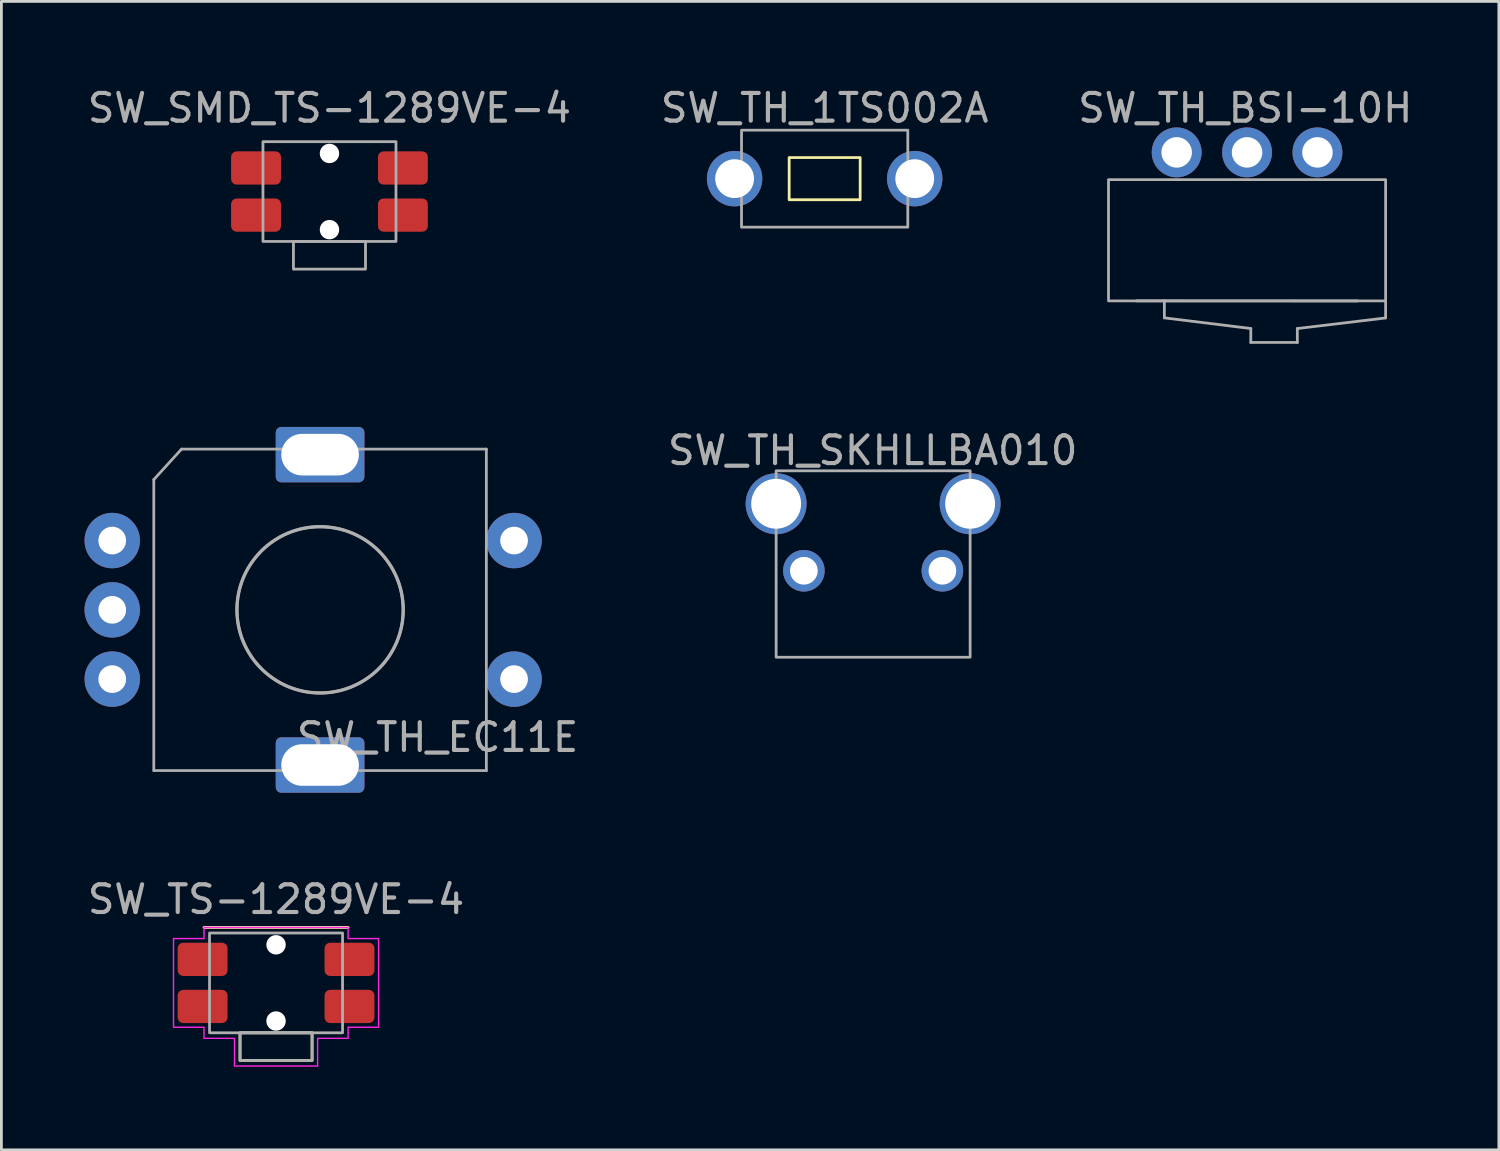
<source format=kicad_pcb>
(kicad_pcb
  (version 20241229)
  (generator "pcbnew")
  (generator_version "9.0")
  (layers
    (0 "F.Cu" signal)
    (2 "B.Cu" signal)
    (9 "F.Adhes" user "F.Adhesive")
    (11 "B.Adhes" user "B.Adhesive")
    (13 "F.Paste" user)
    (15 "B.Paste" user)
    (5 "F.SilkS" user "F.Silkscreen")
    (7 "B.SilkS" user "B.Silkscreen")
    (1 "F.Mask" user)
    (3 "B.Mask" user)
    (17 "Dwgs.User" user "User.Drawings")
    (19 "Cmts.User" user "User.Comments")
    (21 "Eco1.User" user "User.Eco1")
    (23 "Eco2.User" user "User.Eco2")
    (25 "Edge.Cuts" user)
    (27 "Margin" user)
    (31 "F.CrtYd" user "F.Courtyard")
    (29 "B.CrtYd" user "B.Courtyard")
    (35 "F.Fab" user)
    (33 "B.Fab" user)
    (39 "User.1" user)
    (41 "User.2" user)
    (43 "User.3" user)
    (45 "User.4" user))
  (footprint "SW_TH_EC11E"
    (layer "F.Cu")
    (at 8.5 18.956)
    (property "Reference" "SW_TH_EC11E" (at 4.24 4.6 0) (layer "F.Fab") (effects (font (size 1 1) (thickness 0.15))))
    (attr through_hole)
    (fp_line (start -6 -4.7) (end -5 -5.8) (stroke (width 0.1) (type solid)) (layer "F.Fab"))
    (fp_line (start -6 5.8) (end -6 -4.7) (stroke (width 0.1) (type solid)) (layer "F.Fab"))
    (fp_line (start -5 -5.8) (end 6 -5.8) (stroke (width 0.1) (type solid)) (layer "F.Fab"))
    (fp_line (start 6 -5.8) (end 6 5.8) (stroke (width 0.1) (type solid)) (layer "F.Fab"))
    (fp_line (start 6 5.8) (end -6 5.8) (stroke (width 0.1) (type solid)) (layer "F.Fab"))
    (fp_circle (center 0 0) (end 3 0) (stroke (width 0.1) (type solid)) (fill no) (layer "F.Fab"))
    (fp_circle (center 0 0) (end 3 0) (stroke (width 0.12) (type solid)) (fill no) (layer "F.Fab"))
    (pad "A" thru_hole circle (at -7.5 -2.5) (size 2 2) (drill 1) (layers "*.Cu" "*.Mask"))
    (pad "B" thru_hole circle (at -7.5 2.5) (size 2 2) (drill 1) (layers "*.Cu" "*.Mask"))
    (pad "C" thru_hole circle (at -7.5 0) (size 2 2) (drill 1) (layers "*.Cu" "*.Mask"))
    (pad "MP" thru_hole roundrect (at 0 -5.6) (size 3.2 2) (drill oval 2.8 1.5) (layers "*.Cu" "*.Mask") (roundrect_rratio 0.1))
    (pad "MP" thru_hole roundrect (at 0 5.6) (size 3.2 2) (drill oval 2.8 1.5) (layers "*.Cu" "*.Mask") (roundrect_rratio 0.1))
    (pad "S1" thru_hole circle (at 7 2.5) (size 2 2) (drill 1) (layers "*.Cu" "*.Mask"))
    (pad "S2" thru_hole circle (at 7 -2.5) (size 2 2) (drill 1) (layers "*.Cu" "*.Mask")))
  (footprint "SW_TH_1TS002A"
    (layer "F.Cu")
    (at 26.708 3.397)
    (property "Reference" "SW_TH_1TS002A" (at 0 -2.549 0) (layer "F.Fab") (effects (font (size 1 1) (thickness 0.15))))
    (fp_rect (start -1.281 -0.761) (end 1.281 0.761) (stroke (width 0.1) (type default)) (fill no) (layer "F.SilkS"))
    (fp_rect (start -3 -1.75) (end 3 1.75) (stroke (width 0.1) (type solid)) (fill no) (layer "F.Fab"))
    (fp_poly (pts (xy -3.4 -0.5) (xy -3.4 0.5) (xy -2.99 0.5) (xy -2.99 -0.5)) (stroke (width 0.1) (type default)) (fill no) (layer "User.1"))
    (fp_poly (pts (xy -3.4 -0.5) (xy -3.1 -0.5) (xy -3.1 0.5) (xy -3.4 0.5)) (stroke (width 0.1) (type default)) (fill no) (layer "User.1"))
    (fp_poly (pts (xy 3.1 -0.5) (xy 3.4 -0.5) (xy 3.4 0.5) (xy 3.1 0.5)) (stroke (width 0.1) (type default)) (fill no) (layer "User.1"))
    (fp_poly (pts (xy 3.4 -0.5) (xy 3.4 0.5) (xy 2.99 0.5) (xy 2.99 -0.5)) (stroke (width 0.1) (type default)) (fill no) (layer "User.1"))
    (pad "1" thru_hole circle (at -3.25 0) (size 2 2) (drill 1.4) (layers "*.Cu" "*.Mask"))
    (pad "2" thru_hole circle (at 3.25 0) (size 2 2) (drill 1.4) (layers "*.Cu" "*.Mask")))
  (footprint "SW_TH_SKHLLBA010"
    (layer "F.Cu")
    (at 28.457 16.337)
    (property "Reference" "SW_TH_SKHLLBA010" (at -0.015 -3.132 0) (layer "F.Fab") (effects (font (size 1 1) (thickness 0.15))))
    (fp_line (start -3.5 -0.779) (end -3.42 -0.779) (stroke (width 0.254) (type default)) (layer "F.SilkS"))
    (fp_line (start 3.68 -0.779) (end 3.5 -0.779) (stroke (width 0.254) (type default)) (layer "F.SilkS"))
    (fp_rect (start -3.5 -2.398) (end 3.5 4.329) (stroke (width 0.1) (type solid)) (fill no) (layer "F.Fab"))
    (fp_poly (pts (xy -2.103 1.157) (xy -2.13 1.056) (xy -2.182 0.965) (xy -2.256 0.892) (xy -2.346 0.839) (xy -2.447 0.812) (xy -2.552 0.812) (xy -2.653 0.839) (xy -2.743 0.892) (xy -2.817 0.965) (xy -2.869 1.056) (xy -2.896 1.157) (xy -2.896 1.261) (xy -2.869 1.362) (xy -2.817 1.453) (xy -2.743 1.526) (xy -2.653 1.579) (xy -2.552 1.606) (xy -2.447 1.606) (xy -2.346 1.579) (xy -2.256 1.526) (xy -2.182 1.453) (xy -2.13 1.362) (xy -2.103 1.261)) (stroke (width 0.1) (type default)) (fill no) (layer "User.1"))
    (fp_poly (pts (xy 2.896 1.157) (xy 2.869 1.056) (xy 2.817 0.965) (xy 2.743 0.892) (xy 2.653 0.839) (xy 2.552 0.812) (xy 2.447 0.812) (xy 2.346 0.839) (xy 2.256 0.892) (xy 2.182 0.965) (xy 2.13 1.056) (xy 2.103 1.157) (xy 2.103 1.261) (xy 2.13 1.362) (xy 2.182 1.453) (xy 2.256 1.526) (xy 2.346 1.579) (xy 2.447 1.606) (xy 2.552 1.606) (xy 2.653 1.579) (xy 2.743 1.526) (xy 2.817 1.453) (xy 2.869 1.362) (xy 2.896 1.261)) (stroke (width 0.1) (type default)) (fill no) (layer "User.1"))
    (fp_poly (pts (xy -2.704 -1.287) (xy -2.734 -1.441) (xy -2.794 -1.586) (xy -2.882 -1.717) (xy -2.992 -1.827) (xy -3.123 -1.915) (xy -3.268 -1.975) (xy -3.422 -2.005) (xy -3.578 -2.005) (xy -3.732 -1.975) (xy -3.877 -1.915) (xy -4.008 -1.827) (xy -4.118 -1.717) (xy -4.206 -1.586) (xy -4.266 -1.441) (xy -4.296 -1.287) (xy -4.296 -1.131) (xy -4.266 -0.977) (xy -4.206 -0.832) (xy -4.118 -0.701) (xy -4.008 -0.591) (xy -3.877 -0.503) (xy -3.732 -0.443) (xy -3.578 -0.413) (xy -3.422 -0.413) (xy -3.268 -0.443) (xy -3.123 -0.503) (xy -2.992 -0.591) (xy -2.882 -0.701) (xy -2.794 -0.832) (xy -2.734 -0.977) (xy -2.704 -1.131)) (stroke (width 0.1) (type default)) (fill no) (layer "User.1"))
    (fp_poly (pts (xy 4.296 -1.287) (xy 4.266 -1.441) (xy 4.206 -1.586) (xy 4.118 -1.717) (xy 4.008 -1.827) (xy 3.877 -1.915) (xy 3.732 -1.975) (xy 3.578 -2.005) (xy 3.422 -2.005) (xy 3.268 -1.975) (xy 3.123 -1.915) (xy 2.992 -1.827) (xy 2.882 -1.717) (xy 2.794 -1.586) (xy 2.734 -1.441) (xy 2.704 -1.287) (xy 2.704 -1.131) (xy 2.734 -0.977) (xy 2.794 -0.832) (xy 2.882 -0.701) (xy 2.992 -0.591) (xy 3.123 -0.503) (xy 3.268 -0.443) (xy 3.422 -0.413) (xy 3.578 -0.413) (xy 3.732 -0.443) (xy 3.877 -0.503) (xy 4.008 -0.591) (xy 4.118 -0.701) (xy 4.206 -0.832) (xy 4.266 -0.977) (xy 4.296 -1.131)) (stroke (width 0.1) (type default)) (fill no) (layer "User.1"))
    (pad "1" thru_hole circle (at -2.499 1.209) (size 1.5 1.5) (drill 1) (layers "*.Cu" "*.Mask"))
    (pad "2" thru_hole circle (at 2.499 1.209) (size 1.5 1.5) (drill 1) (layers "*.Cu" "*.Mask"))
    (pad "3" thru_hole circle (at -3.5 -1.209) (size 2.2 2.2) (drill 1.8) (layers "*.Cu" "*.Mask"))
    (pad "3" thru_hole circle (at 3.5 -1.209) (size 2.2 2.2) (drill 1.8) (layers "*.Cu" "*.Mask")))
  (footprint "SW_SMD_TS-1289VE-4"
    (layer "F.Cu")
    (at 8.839 3.795)
    (property "Reference" "SW_SMD_TS-1289VE-4" (at 0 -2.946 0) (unlocked yes) (layer "F.Fab") (effects (font (size 1 1) (thickness 0.15))))
    (attr through_hole)
    (fp_rect (start -2.4 -1.733) (end 2.4 1.867) (stroke (width 0.1) (type solid)) (fill no) (layer "F.Fab"))
    (fp_rect (start -1.3 1.867) (end 1.3 2.867) (stroke (width 0.1) (type solid)) (fill no) (layer "F.Fab"))
    (pad "" np_thru_hole circle (at 0 -1.308 180) (size 0.7 0.7) (drill 0.7) (layers "*.Cu" "*.Mask"))
    (pad "" np_thru_hole circle (at 0 1.442 180) (size 0.7 0.7) (drill 0.7) (layers "*.Cu" "*.Mask"))
    (pad "1" smd roundrect (at -2.65 -0.783 180) (size 1.8 1.2) (layers "F.Cu" "F.Mask" "F.Paste") (roundrect_rratio 0.167))
    (pad "1" smd roundrect (at 2.65 -0.783 180) (size 1.8 1.2) (layers "F.Cu" "F.Mask" "F.Paste") (roundrect_rratio 0.167))
    (pad "2" smd roundrect (at -2.65 0.917 180) (size 1.8 1.2) (layers "F.Cu" "F.Mask" "F.Paste") (roundrect_rratio 0.167))
    (pad "2" smd roundrect (at 2.65 0.917 180) (size 1.8 1.2) (layers "F.Cu" "F.Mask" "F.Paste") (roundrect_rratio 0.167)))
  (footprint "SW_TH_BSI-10H"
    (layer "F.Cu")
    (at 41.95 5.62)
    (property "Reference" "SW_TH_BSI-10H" (at -0.064 -4.771 0) (layer "F.Fab") (effects (font (size 1 1) (thickness 0.15))))
    (fp_line (start -3.992 2.187) (end 3.992 2.189) (stroke (width 0.1) (type default)) (layer "F.Fab"))
    (fp_line (start -2.984 2.8) (end -2.984 2.185) (stroke (width 0.1) (type solid)) (layer "F.Fab"))
    (fp_line (start 0.135 3.185) (end -2.984 2.8) (stroke (width 0.1) (type default)) (layer "F.Fab"))
    (fp_line (start 0.135 3.687) (end 0.135 3.185) (stroke (width 0.1) (type solid)) (layer "F.Fab"))
    (fp_line (start 1.814 3.687) (end 0.135 3.687) (stroke (width 0.1) (type solid)) (layer "F.Fab"))
    (fp_line (start 1.814 3.687) (end 1.814 3.185) (stroke (width 0.1) (type solid)) (layer "F.Fab"))
    (fp_line (start 5 2.803) (end 1.814 3.185) (stroke (width 0.1) (type default)) (layer "F.Fab"))
    (fp_line (start 5 2.803) (end 5 2.188) (stroke (width 0.1) (type solid)) (layer "F.Fab"))
    (fp_rect (start -5 -2.188) (end 5 2.188) (stroke (width 0.1) (type solid)) (fill no) (layer "F.Fab"))
    (fp_poly (pts (xy -2.24 -2.871) (xy -2.84 -2.871) (xy -2.84 -3.471) (xy -2.24 -3.471)) (stroke (width 0.1) (type default)) (fill no) (layer "User.1"))
    (fp_poly (pts (xy 0.3 -2.871) (xy -0.3 -2.871) (xy -0.3 -3.471) (xy 0.3 -3.471)) (stroke (width 0.1) (type default)) (fill no) (layer "User.1"))
    (fp_poly (pts (xy 2.84 -2.871) (xy 2.24 -2.871) (xy 2.24 -3.471) (xy 2.84 -3.471)) (stroke (width 0.1) (type default)) (fill no) (layer "User.1"))
    (pad "1" thru_hole circle (at 0 -3.171 180) (size 1.8 1.8) (drill 1.1) (layers "*.Cu" "*.Mask"))
    (pad "2" thru_hole circle (at 2.54 -3.171 180) (size 1.8 1.8) (drill 1.1) (layers "*.Cu" "*.Mask"))
    (pad "3" thru_hole circle (at -2.54 -3.171 180) (size 1.8 1.8) (drill 1.1) (layers "*.Cu" "*.Mask")))
  (footprint "SW_TS-1289VE-4"
    (layer "F.Cu")
    (at 6.911 33.418)
    (property "Reference" "SW_TS-1289VE-4" (at 0 -4.013 0) (unlocked yes) (layer "F.Fab") (effects (font (size 1 1) (thickness 0.15))))
    (attr through_hole)
    (fp_line (start -2.6 -3) (end 2.6 -3) (stroke (width 0.1) (type solid)) (layer "F.SilkS"))
    (fp_rect (start -1.3 0.8) (end 1.3 1.8) (stroke (width 0.1) (type solid)) (fill no) (layer "F.SilkS"))
    (fp_poly (pts (xy 2.6 -3) (xy 2.6 -2.6) (xy 3.7 -2.6) (xy 3.7 0.6) (xy 2.6 0.6) (xy 2.6 1) (xy 1.5 1) (xy 1.5 2) (xy -1.5 2) (xy -1.5 1) (xy -2.6 1) (xy -2.6 0.6) (xy -3.7 0.6) (xy -3.7 -2.6) (xy -2.6 -2.6) (xy -2.6 -3)) (stroke (width 0.05) (type solid)) (fill no) (layer "F.CrtYd"))
    (fp_rect (start -2.4 -2.8) (end 2.4 0.8) (stroke (width 0.1) (type solid)) (fill no) (layer "F.Fab"))
    (fp_rect (start -1.3 0.8) (end 1.3 1.8) (stroke (width 0.1) (type solid)) (fill no) (layer "F.Fab"))
    (pad "" np_thru_hole circle (at 0 -2.375 180) (size 0.7 0.7) (drill 0.7) (layers "*.Cu" "*.Mask"))
    (pad "" np_thru_hole circle (at 0 0.375 180) (size 0.7 0.7) (drill 0.7) (layers "*.Cu" "*.Mask"))
    (pad "1" smd roundrect (at -2.65 -1.85 180) (size 1.8 1.2) (layers "F.Cu" "F.Mask" "F.Paste") (roundrect_rratio 0.167))
    (pad "1" smd roundrect (at 2.65 -1.85 180) (size 1.8 1.2) (layers "F.Cu" "F.Mask" "F.Paste") (roundrect_rratio 0.167))
    (pad "2" smd roundrect (at -2.65 -0.15 180) (size 1.8 1.2) (layers "F.Cu" "F.Mask" "F.Paste") (roundrect_rratio 0.167))
    (pad "2" smd roundrect (at 2.65 -0.15 180) (size 1.8 1.2) (layers "F.Cu" "F.Mask" "F.Paste") (roundrect_rratio 0.167)))
  (gr_rect
    (start -3 -3)
    (end 51.036 38.443)
    (stroke (width 0.1) (type default))
    (fill no)
    (layer "Edge.Cuts")))
</source>
